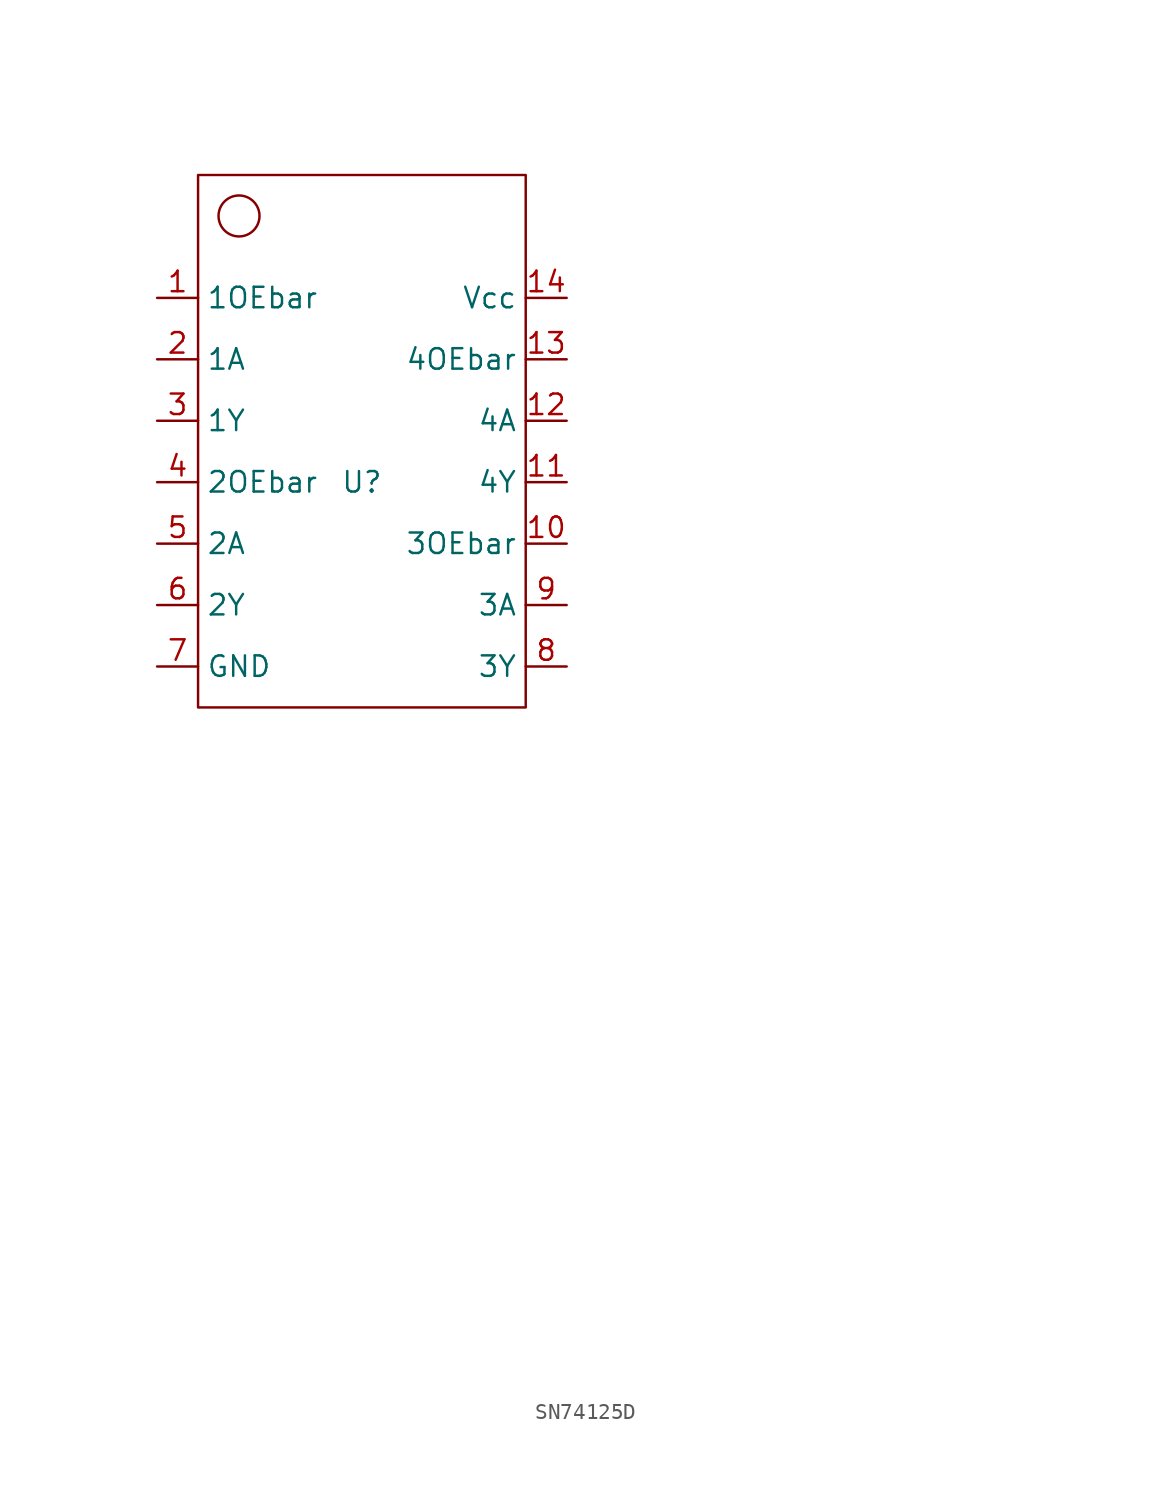
<source format=kicad_sym>
(kicad_symbol_lib
  (version 20241209)
  (generator "kicad_symbol_editor")
  (generator_version "9.0")
  (symbol "SN74125D"
    (property "Reference" "U"
      (at 0 -1.27 0)
      (effects (font (size 1.27 1.27))))
    (property "Value" ""
      (at 40.64 -50.8 0)
      (effects (font (size 1.27 1.27))))
    (symbol "SN74125D_0_1"
      (rectangle (start -10.16 17.78) (end 10.16 -15.24) (stroke (width 0) (type default)) (fill (type none)))
      (circle (center -7.62 15.24) (radius 1.27) (stroke (width 0) (type default)) (fill (type none))))
    (symbol "SN74125D_1_1"
      (pin input line (at -12.7 10.16 0) (length 2.54) (name "1OEbar" (effects (font (size 1.27 1.27)))) (number "1" (effects (font (size 1.27 1.27)))))
      (pin input line (at -12.7 6.35 0) (length 2.54) (name "1A" (effects (font (size 1.27 1.27)))) (number "2" (effects (font (size 1.27 1.27)))))
      (pin input line (at -12.7 2.54 0) (length 2.54) (name "1Y" (effects (font (size 1.27 1.27)))) (number "3" (effects (font (size 1.27 1.27)))))
      (pin input line (at -12.7 -1.27 0) (length 2.54) (name "2OEbar" (effects (font (size 1.27 1.27)))) (number "4" (effects (font (size 1.27 1.27)))))
      (pin input line (at -12.7 -5.08 0) (length 2.54) (name "2A" (effects (font (size 1.27 1.27)))) (number "5" (effects (font (size 1.27 1.27)))))
      (pin input line (at -12.7 -8.89 0) (length 2.54) (name "2Y" (effects (font (size 1.27 1.27)))) (number "6" (effects (font (size 1.27 1.27)))))
      (pin power_in line (at -12.7 -12.7 0) (length 2.54) (name "GND" (effects (font (size 1.27 1.27)))) (number "7" (effects (font (size 1.27 1.27)))))
      (pin input line (at 12.7 10.16 180) (length 2.54) (name "Vcc" (effects (font (size 1.27 1.27)))) (number "14" (effects (font (size 1.27 1.27)))))
      (pin input line (at 12.7 6.35 180) (length 2.54) (name "4OEbar" (effects (font (size 1.27 1.27)))) (number "13" (effects (font (size 1.27 1.27)))))
      (pin input line (at 12.7 2.54 180) (length 2.54) (name "4A" (effects (font (size 1.27 1.27)))) (number "12" (effects (font (size 1.27 1.27)))))
      (pin input line (at 12.7 -1.27 180) (length 2.54) (name "4Y" (effects (font (size 1.27 1.27)))) (number "11" (effects (font (size 1.27 1.27)))))
      (pin input line (at 12.7 -5.08 180) (length 2.54) (name "3OEbar" (effects (font (size 1.27 1.27)))) (number "10" (effects (font (size 1.27 1.27)))))
      (pin input line (at 12.7 -8.89 180) (length 2.54) (name "3A" (effects (font (size 1.27 1.27)))) (number "9" (effects (font (size 1.27 1.27)))))
      (pin input line (at 12.7 -12.7 180) (length 2.54) (name "3Y" (effects (font (size 1.27 1.27)))) (number "8" (effects (font (size 1.27 1.27))))))))
</source>
